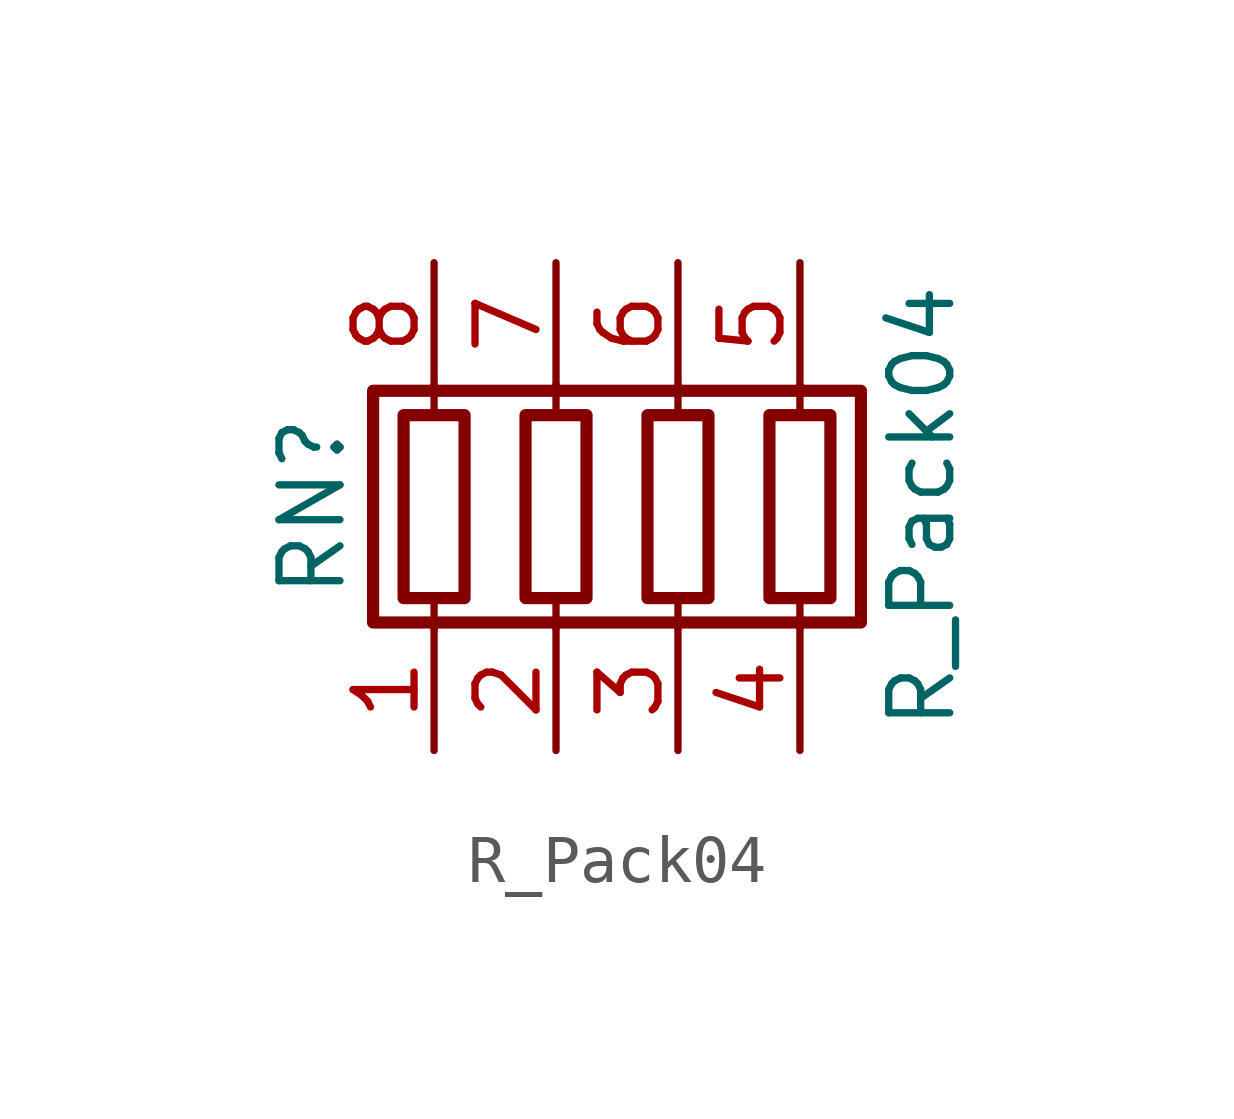
<source format=kicad_sym>
(kicad_symbol_lib
  (version 20220914)
  (generator kicad_symbol_editor)
  (symbol "R_Pack04"
    (pin_names
      (offset 0) hide)
    (property "Reference" "RN"
      (at -7.62 0 90)
      (effects (font (size 1.27 1.27))))
    (property "Value" "R_Pack04"
      (at 5.08 0 90)
      (effects (font (size 1.27 1.27))))
    (symbol "R_Pack04_0_1"
      (rectangle (start -5.715 1.905) (end -4.445 -1.905) (stroke (width 0.254) (type default)) (fill (type none)))
      (rectangle (start -3.175 1.905) (end -1.905 -1.905) (stroke (width 0.254) (type default)) (fill (type none)))
      (rectangle (start -0.635 1.905) (end 0.635 -1.905) (stroke (width 0.254) (type default)) (fill (type none)))
      (polyline (pts (xy -5.08 -2.54) (xy -5.08 -1.905)) (stroke (width 0) (type default)) (fill (type none)))
      (polyline (pts (xy -5.08 1.905) (xy -5.08 2.54)) (stroke (width 0) (type default)) (fill (type none)))
      (polyline (pts (xy -2.54 -2.54) (xy -2.54 -1.905)) (stroke (width 0) (type default)) (fill (type none)))
      (polyline (pts (xy -2.54 1.905) (xy -2.54 2.54)) (stroke (width 0) (type default)) (fill (type none)))
      (polyline (pts (xy 0 -2.54) (xy 0 -1.905)) (stroke (width 0) (type default)) (fill (type none)))
      (polyline (pts (xy 0 1.905) (xy 0 2.54)) (stroke (width 0) (type default)) (fill (type none)))
      (polyline (pts (xy 2.54 -2.54) (xy 2.54 -1.905)) (stroke (width 0) (type default)) (fill (type none)))
      (polyline (pts (xy 2.54 1.905) (xy 2.54 2.54)) (stroke (width 0) (type default)) (fill (type none)))
      (rectangle (start 1.905 1.905) (end 3.175 -1.905) (stroke (width 0.254) (type default)) (fill (type none))))
    (symbol "R_Pack04_1_1"
      (rectangle (start -6.35 2.413) (end 3.81 -2.413) (stroke (width 0.254) (type default)) (fill (type none)))
      (pin passive line (at -5.08 -5.08 90) (length 2.54) (name "R1.1" (effects (font (size 1.27 1.27)))) (number "1" (effects (font (size 1.27 1.27)))))
      (pin passive line (at -2.54 -5.08 90) (length 2.54) (name "R2.1" (effects (font (size 1.27 1.27)))) (number "2" (effects (font (size 1.27 1.27)))))
      (pin passive line (at 0 -5.08 90) (length 2.54) (name "R3.1" (effects (font (size 1.27 1.27)))) (number "3" (effects (font (size 1.27 1.27)))))
      (pin passive line (at 2.54 -5.08 90) (length 2.54) (name "R4.1" (effects (font (size 1.27 1.27)))) (number "4" (effects (font (size 1.27 1.27)))))
      (pin passive line (at 2.54 5.08 270) (length 2.54) (name "R4.2" (effects (font (size 1.27 1.27)))) (number "5" (effects (font (size 1.27 1.27)))))
      (pin passive line (at 0 5.08 270) (length 2.54) (name "R3.2" (effects (font (size 1.27 1.27)))) (number "6" (effects (font (size 1.27 1.27)))))
      (pin passive line (at -2.54 5.08 270) (length 2.54) (name "R2.2" (effects (font (size 1.27 1.27)))) (number "7" (effects (font (size 1.27 1.27)))))
      (pin passive line (at -5.08 5.08 270) (length 2.54) (name "R1.2" (effects (font (size 1.27 1.27)))) (number "8" (effects (font (size 1.27 1.27))))))))
</source>
